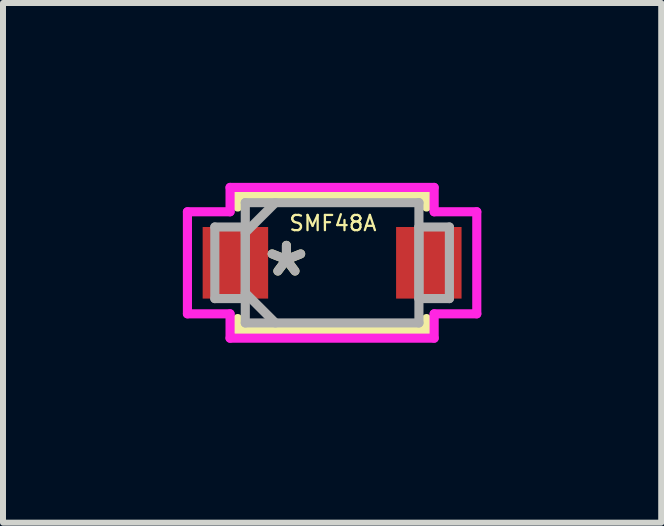
<source format=kicad_pcb>
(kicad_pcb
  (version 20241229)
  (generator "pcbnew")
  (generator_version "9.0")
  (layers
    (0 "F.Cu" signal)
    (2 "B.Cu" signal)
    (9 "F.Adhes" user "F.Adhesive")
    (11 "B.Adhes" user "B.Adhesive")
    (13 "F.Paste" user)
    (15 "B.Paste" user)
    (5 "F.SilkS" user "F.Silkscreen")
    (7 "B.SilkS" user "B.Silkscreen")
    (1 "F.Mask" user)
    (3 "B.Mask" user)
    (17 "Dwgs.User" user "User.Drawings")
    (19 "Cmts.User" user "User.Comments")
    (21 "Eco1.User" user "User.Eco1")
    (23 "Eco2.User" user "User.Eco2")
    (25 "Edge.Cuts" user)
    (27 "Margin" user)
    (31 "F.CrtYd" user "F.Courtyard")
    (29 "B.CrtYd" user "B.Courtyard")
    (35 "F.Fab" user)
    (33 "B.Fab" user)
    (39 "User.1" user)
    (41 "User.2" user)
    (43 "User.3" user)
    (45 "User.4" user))
  (footprint "SMF48A"
    (layer "F.Cu")
    (at 2.489 1.333)
    (property "Reference" "SMF48A" (at 0.013 -0.66 0) (layer "F.SilkS") (effects (font (size 0.254 0.254) (thickness 0.038))))
    (attr smd)
    (fp_line (start -1.575 -1.13) (end -1.575 -0.93) (stroke (width 0.152) (type solid)) (layer "F.SilkS"))
    (fp_line (start -1.575 0.93) (end -1.575 1.13) (stroke (width 0.152) (type solid)) (layer "F.SilkS"))
    (fp_line (start -1.575 1.13) (end 1.575 1.13) (stroke (width 0.152) (type solid)) (layer "F.SilkS"))
    (fp_line (start 1.575 -1.13) (end -1.575 -1.13) (stroke (width 0.152) (type solid)) (layer "F.SilkS"))
    (fp_line (start 1.575 -0.93) (end 1.575 -1.13) (stroke (width 0.152) (type solid)) (layer "F.SilkS"))
    (fp_line (start 1.575 1.13) (end 1.575 0.93) (stroke (width 0.152) (type solid)) (layer "F.SilkS"))
    (fp_line (start -2.413 -0.851) (end -1.702 -0.851) (stroke (width 0.152) (type solid)) (layer "F.CrtYd"))
    (fp_line (start -2.413 0.851) (end -2.413 -0.851) (stroke (width 0.152) (type solid)) (layer "F.CrtYd"))
    (fp_line (start -1.702 -1.257) (end 1.702 -1.257) (stroke (width 0.152) (type solid)) (layer "F.CrtYd"))
    (fp_line (start -1.702 -0.851) (end -1.702 -1.257) (stroke (width 0.152) (type solid)) (layer "F.CrtYd"))
    (fp_line (start -1.702 0.851) (end -2.413 0.851) (stroke (width 0.152) (type solid)) (layer "F.CrtYd"))
    (fp_line (start -1.702 1.257) (end -1.702 0.851) (stroke (width 0.152) (type solid)) (layer "F.CrtYd"))
    (fp_line (start 1.702 -1.257) (end 1.702 -0.851) (stroke (width 0.152) (type solid)) (layer "F.CrtYd"))
    (fp_line (start 1.702 -0.851) (end 2.413 -0.851) (stroke (width 0.152) (type solid)) (layer "F.CrtYd"))
    (fp_line (start 1.702 0.851) (end 1.702 1.257) (stroke (width 0.152) (type solid)) (layer "F.CrtYd"))
    (fp_line (start 1.702 1.257) (end -1.702 1.257) (stroke (width 0.152) (type solid)) (layer "F.CrtYd"))
    (fp_line (start 2.413 -0.851) (end 2.413 0.851) (stroke (width 0.152) (type solid)) (layer "F.CrtYd"))
    (fp_line (start 2.413 0.851) (end 1.702 0.851) (stroke (width 0.152) (type solid)) (layer "F.CrtYd"))
    (fp_line (start -1.956 -0.597) (end -1.956 0.597) (stroke (width 0.152) (type solid)) (layer "F.Fab"))
    (fp_line (start -1.956 0.597) (end -1.448 0.597) (stroke (width 0.152) (type solid)) (layer "F.Fab"))
    (fp_line (start -1.448 -1.003) (end -1.448 1.003) (stroke (width 0.152) (type solid)) (layer "F.Fab"))
    (fp_line (start -1.448 -0.597) (end -1.956 -0.597) (stroke (width 0.152) (type solid)) (layer "F.Fab"))
    (fp_line (start -1.448 -0.502) (end -0.946 -1.003) (stroke (width 0.152) (type solid)) (layer "F.Fab"))
    (fp_line (start -1.448 0.502) (end -0.946 1.003) (stroke (width 0.152) (type solid)) (layer "F.Fab"))
    (fp_line (start -1.448 0.597) (end -1.448 -0.597) (stroke (width 0.152) (type solid)) (layer "F.Fab"))
    (fp_line (start -1.448 1.003) (end 1.448 1.003) (stroke (width 0.152) (type solid)) (layer "F.Fab"))
    (fp_line (start 1.448 -1.003) (end -1.448 -1.003) (stroke (width 0.152) (type solid)) (layer "F.Fab"))
    (fp_line (start 1.448 -0.597) (end 1.448 0.597) (stroke (width 0.152) (type solid)) (layer "F.Fab"))
    (fp_line (start 1.448 0.597) (end 1.956 0.597) (stroke (width 0.152) (type solid)) (layer "F.Fab"))
    (fp_line (start 1.448 1.003) (end 1.448 -1.003) (stroke (width 0.152) (type solid)) (layer "F.Fab"))
    (fp_line (start 1.956 -0.597) (end 1.448 -0.597) (stroke (width 0.152) (type solid)) (layer "F.Fab"))
    (fp_line (start 1.956 0.597) (end 1.956 -0.597) (stroke (width 0.152) (type solid)) (layer "F.Fab"))
    (fp_text user "*" (at -0.762 0.254 0) (layer "F.SilkS") (effects (font (size 1 1) (thickness 0.15))))
    (fp_text user "*" (at -0.762 0.254 0) (layer "F.Fab") (effects (font (size 1 1) (thickness 0.15))))
    (pad "1" smd rect (at -1.613 0) (size 1.092 1.194) (layers "F.Cu" "F.Mask" "F.Paste"))
    (pad "2" smd rect (at 1.613 0) (size 1.092 1.194) (layers "F.Cu" "F.Mask" "F.Paste")))
  (gr_rect
    (start -3 -3)
    (end 7.978 5.667)
    (stroke (width 0.1) (type default))
    (fill no)
    (layer "Edge.Cuts")))
</source>
